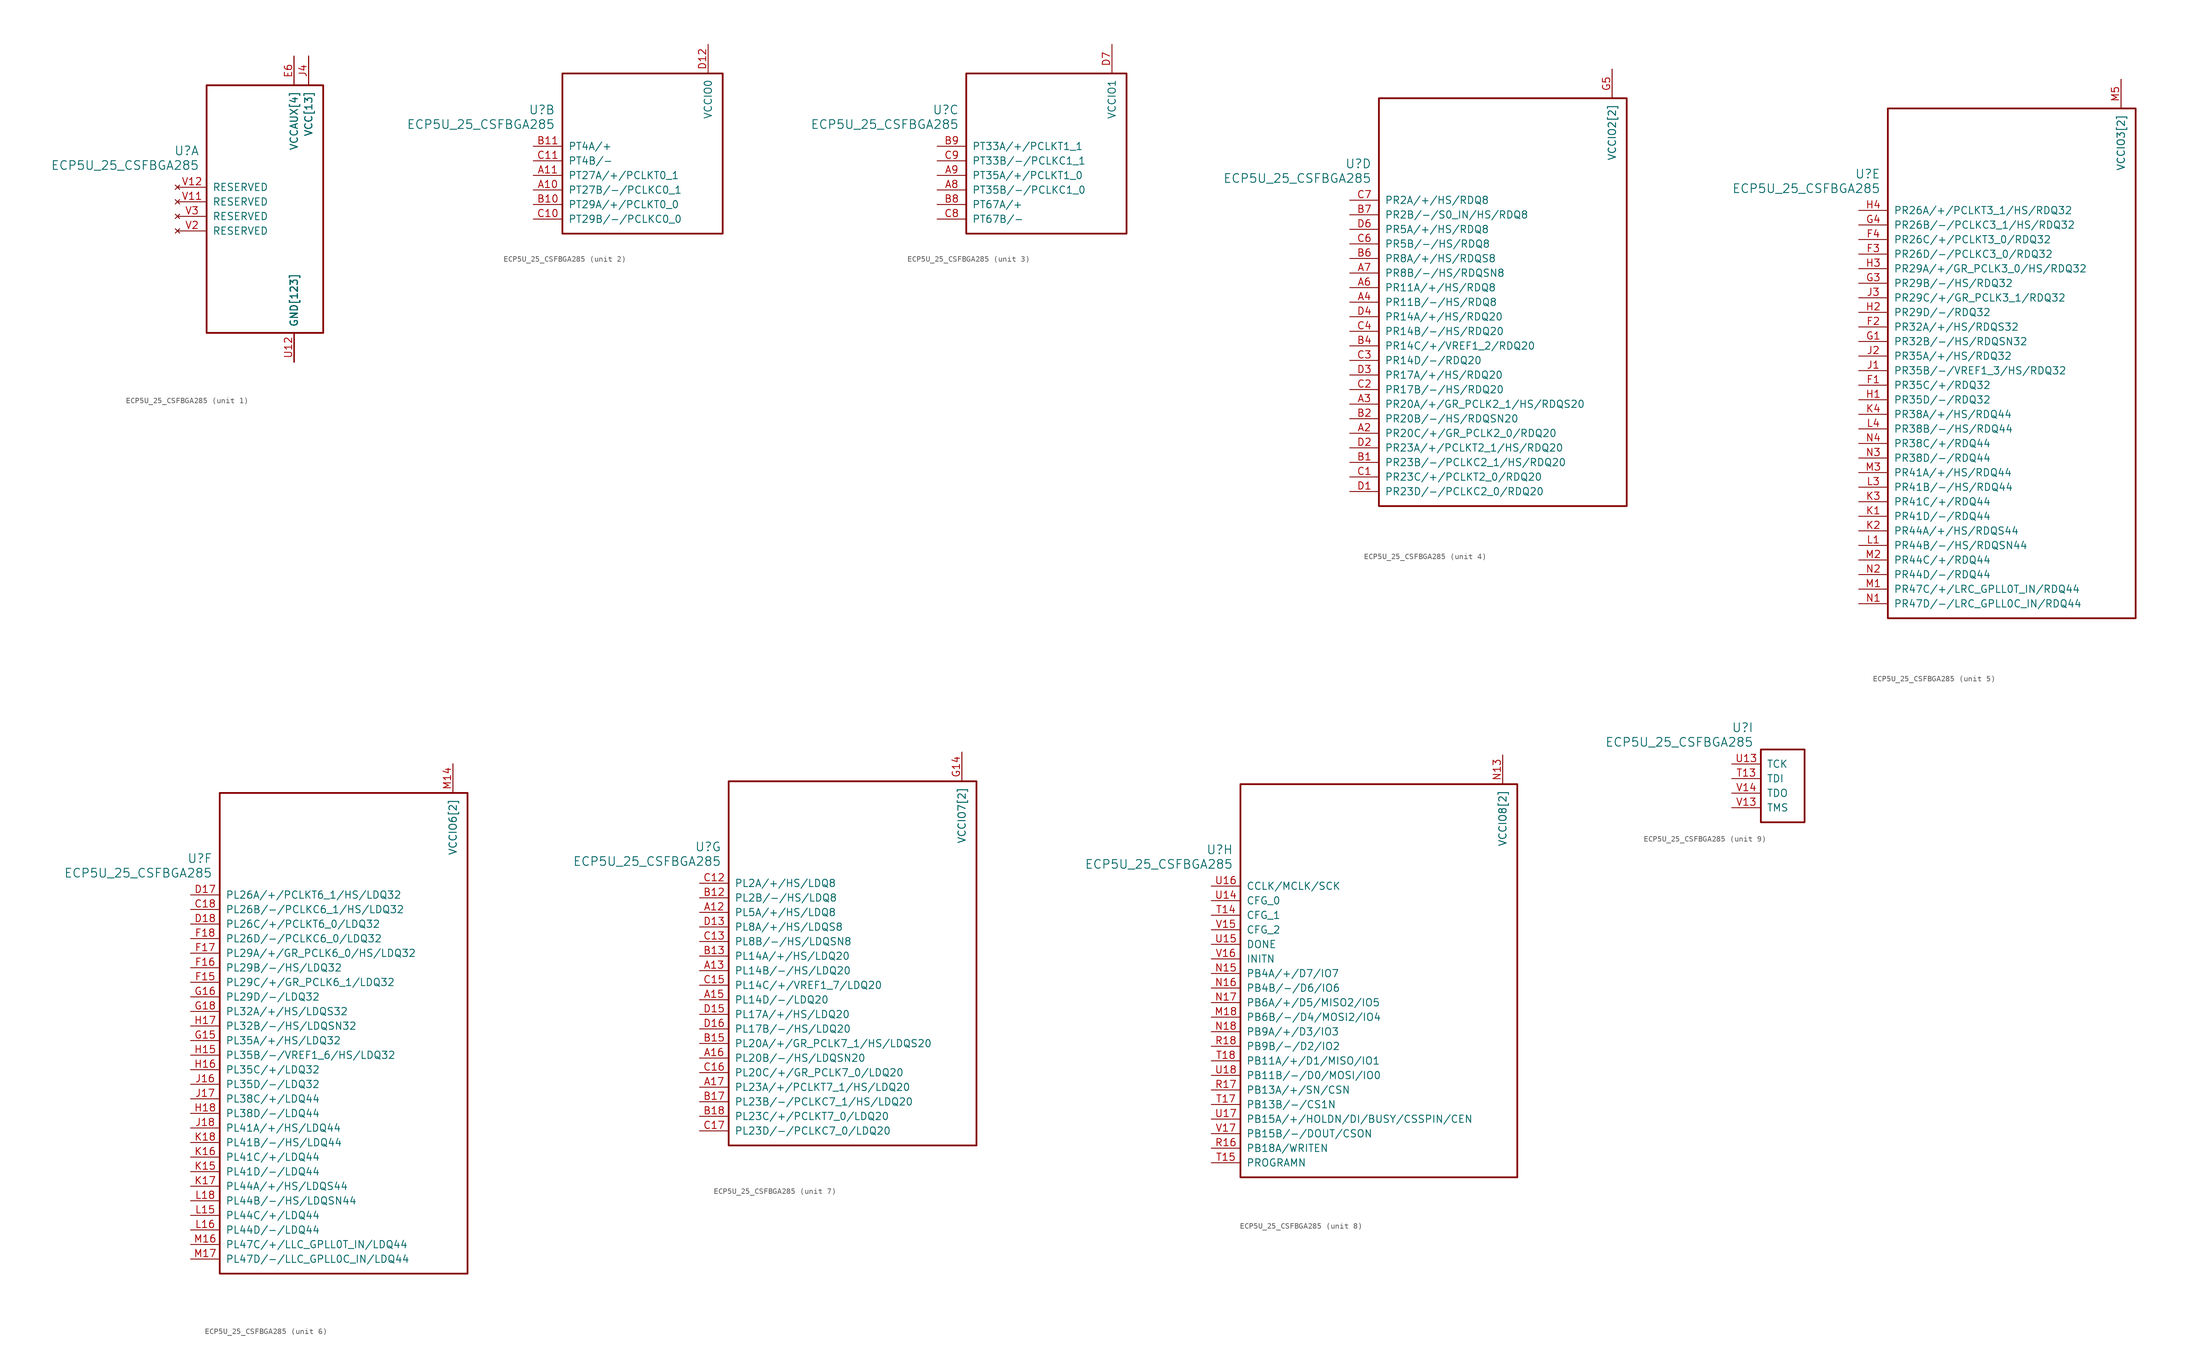
<source format=kicad_sym>
(kicad_symbol_lib
  (version 20241209)
  (generator "kicad_symbol_editor")
  (generator_version "9.0")
  (symbol "ECP5U_25_CSFBGA285"
    (pin_names
      (offset 1.016))
    (property "Reference" "U"
      (at 3.81 6.35 0)
      (effects (font (size 1.524 1.524)) (justify right)))
    (property "Value" "ECP5U_25_CSFBGA285"
      (at 3.81 3.81 0)
      (effects (font (size 1.524 1.524)) (justify right)))
    (property "ki_locked" ""
      (at 0 0 0)
      (effects (font (size 1.27 1.27))))
    (symbol "ECP5U_25_CSFBGA285_1_1"
      (rectangle (start 5.08 17.78) (end 25.4 -25.4) (stroke (width 0.305) (type solid)) (fill (type none)))
      (pin no_connect line (at 0 0 0) (length 5.08) (name "RESERVED" (effects (font (size 1.27 1.27)))) (number "V12" (effects (font (size 1.27 1.27)))))
      (pin no_connect line (at 0 -2.54 0) (length 5.08) (name "RESERVED" (effects (font (size 1.27 1.27)))) (number "V11" (effects (font (size 1.27 1.27)))))
      (pin no_connect line (at 0 -5.08 0) (length 5.08) (name "RESERVED" (effects (font (size 1.27 1.27)))) (number "V3" (effects (font (size 1.27 1.27)))))
      (pin no_connect line (at 0 -7.62 0) (length 5.08) (name "RESERVED" (effects (font (size 1.27 1.27)))) (number "V2" (effects (font (size 1.27 1.27)))))
      (pin power_in line (at 20.32 22.86 270) (length 5.08) (name "VCCAUX[4]" (effects (font (size 1.27 1.27)))) (number "E13" (effects (font (size 0 0)))))
      (pin power_in line (at 20.32 22.86 270) (length 5.08) (name "VCCAUX[4]" (effects (font (size 1.27 1.27)))) (number "E6" (effects (font (size 1.27 1.27)))))
      (pin power_in line (at 20.32 22.86 270) (length 5.08) (name "VCCAUX[4]" (effects (font (size 1.27 1.27)))) (number "N6" (effects (font (size 0 0)))))
      (pin power_in line (at 20.32 22.86 270) (length 5.08) (name "VCCAUX[4]" (effects (font (size 1.27 1.27)))) (number "P13" (effects (font (size 0 0)))))
      (pin power_in line (at 20.32 -30.48 90) (length 5.08) (name "GND[123]" (effects (font (size 1.27 1.27)))) (number "B16" (effects (font (size 0 0)))))
      (pin power_in line (at 20.32 -30.48 90) (length 5.08) (name "GND[123]" (effects (font (size 1.27 1.27)))) (number "B3" (effects (font (size 0 0)))))
      (pin power_in line (at 20.32 -30.48 90) (length 5.08) (name "GND[123]" (effects (font (size 1.27 1.27)))) (number "E10" (effects (font (size 0 0)))))
      (pin power_in line (at 20.32 -30.48 90) (length 5.08) (name "GND[123]" (effects (font (size 1.27 1.27)))) (number "E11" (effects (font (size 0 0)))))
      (pin power_in line (at 20.32 -30.48 90) (length 5.08) (name "GND[123]" (effects (font (size 1.27 1.27)))) (number "E12" (effects (font (size 0 0)))))
      (pin power_in line (at 20.32 -30.48 90) (length 5.08) (name "GND[123]" (effects (font (size 1.27 1.27)))) (number "E14" (effects (font (size 0 0)))))
      (pin power_in line (at 20.32 -30.48 90) (length 5.08) (name "GND[123]" (effects (font (size 1.27 1.27)))) (number "E5" (effects (font (size 0 0)))))
      (pin power_in line (at 20.32 -30.48 90) (length 5.08) (name "GND[123]" (effects (font (size 1.27 1.27)))) (number "E7" (effects (font (size 0 0)))))
      (pin power_in line (at 20.32 -30.48 90) (length 5.08) (name "GND[123]" (effects (font (size 1.27 1.27)))) (number "E8" (effects (font (size 0 0)))))
      (pin power_in line (at 20.32 -30.48 90) (length 5.08) (name "GND[123]" (effects (font (size 1.27 1.27)))) (number "E9" (effects (font (size 0 0)))))
      (pin power_in line (at 20.32 -30.48 90) (length 5.08) (name "GND[123]" (effects (font (size 1.27 1.27)))) (number "F10" (effects (font (size 0 0)))))
      (pin power_in line (at 20.32 -30.48 90) (length 5.08) (name "GND[123]" (effects (font (size 1.27 1.27)))) (number "F11" (effects (font (size 0 0)))))
      (pin power_in line (at 20.32 -30.48 90) (length 5.08) (name "GND[123]" (effects (font (size 1.27 1.27)))) (number "F12" (effects (font (size 0 0)))))
      (pin power_in line (at 20.32 -30.48 90) (length 5.08) (name "GND[123]" (effects (font (size 1.27 1.27)))) (number "F13" (effects (font (size 0 0)))))
      (pin power_in line (at 20.32 -30.48 90) (length 5.08) (name "GND[123]" (effects (font (size 1.27 1.27)))) (number "F14" (effects (font (size 0 0)))))
      (pin power_in line (at 20.32 -30.48 90) (length 5.08) (name "GND[123]" (effects (font (size 1.27 1.27)))) (number "F5" (effects (font (size 0 0)))))
      (pin power_in line (at 20.32 -30.48 90) (length 5.08) (name "GND[123]" (effects (font (size 1.27 1.27)))) (number "F6" (effects (font (size 0 0)))))
      (pin power_in line (at 20.32 -30.48 90) (length 5.08) (name "GND[123]" (effects (font (size 1.27 1.27)))) (number "F7" (effects (font (size 0 0)))))
      (pin power_in line (at 20.32 -30.48 90) (length 5.08) (name "GND[123]" (effects (font (size 1.27 1.27)))) (number "F8" (effects (font (size 0 0)))))
      (pin power_in line (at 20.32 -30.48 90) (length 5.08) (name "GND[123]" (effects (font (size 1.27 1.27)))) (number "F9" (effects (font (size 0 0)))))
      (pin power_in line (at 20.32 -30.48 90) (length 5.08) (name "GND[123]" (effects (font (size 1.27 1.27)))) (number "G10" (effects (font (size 0 0)))))
      (pin power_in line (at 20.32 -30.48 90) (length 5.08) (name "GND[123]" (effects (font (size 1.27 1.27)))) (number "G11" (effects (font (size 0 0)))))
      (pin power_in line (at 20.32 -30.48 90) (length 5.08) (name "GND[123]" (effects (font (size 1.27 1.27)))) (number "G12" (effects (font (size 0 0)))))
      (pin power_in line (at 20.32 -30.48 90) (length 5.08) (name "GND[123]" (effects (font (size 1.27 1.27)))) (number "G13" (effects (font (size 0 0)))))
      (pin power_in line (at 20.32 -30.48 90) (length 5.08) (name "GND[123]" (effects (font (size 1.27 1.27)))) (number "G17" (effects (font (size 0 0)))))
      (pin power_in line (at 20.32 -30.48 90) (length 5.08) (name "GND[123]" (effects (font (size 1.27 1.27)))) (number "G2" (effects (font (size 0 0)))))
      (pin power_in line (at 20.32 -30.48 90) (length 5.08) (name "GND[123]" (effects (font (size 1.27 1.27)))) (number "G6" (effects (font (size 0 0)))))
      (pin power_in line (at 20.32 -30.48 90) (length 5.08) (name "GND[123]" (effects (font (size 1.27 1.27)))) (number "G7" (effects (font (size 0 0)))))
      (pin power_in line (at 20.32 -30.48 90) (length 5.08) (name "GND[123]" (effects (font (size 1.27 1.27)))) (number "G8" (effects (font (size 0 0)))))
      (pin power_in line (at 20.32 -30.48 90) (length 5.08) (name "GND[123]" (effects (font (size 1.27 1.27)))) (number "G9" (effects (font (size 0 0)))))
      (pin power_in line (at 20.32 -30.48 90) (length 5.08) (name "GND[123]" (effects (font (size 1.27 1.27)))) (number "H10" (effects (font (size 0 0)))))
      (pin power_in line (at 20.32 -30.48 90) (length 5.08) (name "GND[123]" (effects (font (size 1.27 1.27)))) (number "H11" (effects (font (size 0 0)))))
      (pin power_in line (at 20.32 -30.48 90) (length 5.08) (name "GND[123]" (effects (font (size 1.27 1.27)))) (number "H12" (effects (font (size 0 0)))))
      (pin power_in line (at 20.32 -30.48 90) (length 5.08) (name "GND[123]" (effects (font (size 1.27 1.27)))) (number "H13" (effects (font (size 0 0)))))
      (pin power_in line (at 20.32 -30.48 90) (length 5.08) (name "GND[123]" (effects (font (size 1.27 1.27)))) (number "H6" (effects (font (size 0 0)))))
      (pin power_in line (at 20.32 -30.48 90) (length 5.08) (name "GND[123]" (effects (font (size 1.27 1.27)))) (number "H7" (effects (font (size 0 0)))))
      (pin power_in line (at 20.32 -30.48 90) (length 5.08) (name "GND[123]" (effects (font (size 1.27 1.27)))) (number "H8" (effects (font (size 0 0)))))
      (pin power_in line (at 20.32 -30.48 90) (length 5.08) (name "GND[123]" (effects (font (size 1.27 1.27)))) (number "H9" (effects (font (size 0 0)))))
      (pin power_in line (at 20.32 -30.48 90) (length 5.08) (name "GND[123]" (effects (font (size 1.27 1.27)))) (number "J10" (effects (font (size 0 0)))))
      (pin power_in line (at 20.32 -30.48 90) (length 5.08) (name "GND[123]" (effects (font (size 1.27 1.27)))) (number "J11" (effects (font (size 0 0)))))
      (pin power_in line (at 20.32 -30.48 90) (length 5.08) (name "GND[123]" (effects (font (size 1.27 1.27)))) (number "J12" (effects (font (size 0 0)))))
      (pin power_in line (at 20.32 -30.48 90) (length 5.08) (name "GND[123]" (effects (font (size 1.27 1.27)))) (number "J13" (effects (font (size 0 0)))))
      (pin power_in line (at 20.32 -30.48 90) (length 5.08) (name "GND[123]" (effects (font (size 1.27 1.27)))) (number "J6" (effects (font (size 0 0)))))
      (pin power_in line (at 20.32 -30.48 90) (length 5.08) (name "GND[123]" (effects (font (size 1.27 1.27)))) (number "J7" (effects (font (size 0 0)))))
      (pin power_in line (at 20.32 -30.48 90) (length 5.08) (name "GND[123]" (effects (font (size 1.27 1.27)))) (number "J8" (effects (font (size 0 0)))))
      (pin power_in line (at 20.32 -30.48 90) (length 5.08) (name "GND[123]" (effects (font (size 1.27 1.27)))) (number "J9" (effects (font (size 0 0)))))
      (pin power_in line (at 20.32 -30.48 90) (length 5.08) (name "GND[123]" (effects (font (size 1.27 1.27)))) (number "K10" (effects (font (size 0 0)))))
      (pin power_in line (at 20.32 -30.48 90) (length 5.08) (name "GND[123]" (effects (font (size 1.27 1.27)))) (number "K11" (effects (font (size 0 0)))))
      (pin power_in line (at 20.32 -30.48 90) (length 5.08) (name "GND[123]" (effects (font (size 1.27 1.27)))) (number "K12" (effects (font (size 0 0)))))
      (pin power_in line (at 20.32 -30.48 90) (length 5.08) (name "GND[123]" (effects (font (size 1.27 1.27)))) (number "K13" (effects (font (size 0 0)))))
      (pin power_in line (at 20.32 -30.48 90) (length 5.08) (name "GND[123]" (effects (font (size 1.27 1.27)))) (number "K14" (effects (font (size 0 0)))))
      (pin power_in line (at 20.32 -30.48 90) (length 5.08) (name "GND[123]" (effects (font (size 1.27 1.27)))) (number "K5" (effects (font (size 0 0)))))
      (pin power_in line (at 20.32 -30.48 90) (length 5.08) (name "GND[123]" (effects (font (size 1.27 1.27)))) (number "K6" (effects (font (size 0 0)))))
      (pin power_in line (at 20.32 -30.48 90) (length 5.08) (name "GND[123]" (effects (font (size 1.27 1.27)))) (number "K7" (effects (font (size 0 0)))))
      (pin power_in line (at 20.32 -30.48 90) (length 5.08) (name "GND[123]" (effects (font (size 1.27 1.27)))) (number "K8" (effects (font (size 0 0)))))
      (pin power_in line (at 20.32 -30.48 90) (length 5.08) (name "GND[123]" (effects (font (size 1.27 1.27)))) (number "K9" (effects (font (size 0 0)))))
      (pin power_in line (at 20.32 -30.48 90) (length 5.08) (name "GND[123]" (effects (font (size 1.27 1.27)))) (number "L10" (effects (font (size 0 0)))))
      (pin power_in line (at 20.32 -30.48 90) (length 5.08) (name "GND[123]" (effects (font (size 1.27 1.27)))) (number "L11" (effects (font (size 0 0)))))
      (pin power_in line (at 20.32 -30.48 90) (length 5.08) (name "GND[123]" (effects (font (size 1.27 1.27)))) (number "L12" (effects (font (size 0 0)))))
      (pin power_in line (at 20.32 -30.48 90) (length 5.08) (name "GND[123]" (effects (font (size 1.27 1.27)))) (number "L13" (effects (font (size 0 0)))))
      (pin power_in line (at 20.32 -30.48 90) (length 5.08) (name "GND[123]" (effects (font (size 1.27 1.27)))) (number "L14" (effects (font (size 0 0)))))
      (pin power_in line (at 20.32 -30.48 90) (length 5.08) (name "GND[123]" (effects (font (size 1.27 1.27)))) (number "L17" (effects (font (size 0 0)))))
      (pin power_in line (at 20.32 -30.48 90) (length 5.08) (name "GND[123]" (effects (font (size 1.27 1.27)))) (number "L2" (effects (font (size 0 0)))))
      (pin power_in line (at 20.32 -30.48 90) (length 5.08) (name "GND[123]" (effects (font (size 1.27 1.27)))) (number "L5" (effects (font (size 0 0)))))
      (pin power_in line (at 20.32 -30.48 90) (length 5.08) (name "GND[123]" (effects (font (size 1.27 1.27)))) (number "L6" (effects (font (size 0 0)))))
      (pin power_in line (at 20.32 -30.48 90) (length 5.08) (name "GND[123]" (effects (font (size 1.27 1.27)))) (number "L7" (effects (font (size 0 0)))))
      (pin power_in line (at 20.32 -30.48 90) (length 5.08) (name "GND[123]" (effects (font (size 1.27 1.27)))) (number "L8" (effects (font (size 0 0)))))
      (pin power_in line (at 20.32 -30.48 90) (length 5.08) (name "GND[123]" (effects (font (size 1.27 1.27)))) (number "L9" (effects (font (size 0 0)))))
      (pin power_in line (at 20.32 -30.48 90) (length 5.08) (name "GND[123]" (effects (font (size 1.27 1.27)))) (number "M10" (effects (font (size 0 0)))))
      (pin power_in line (at 20.32 -30.48 90) (length 5.08) (name "GND[123]" (effects (font (size 1.27 1.27)))) (number "M11" (effects (font (size 0 0)))))
      (pin power_in line (at 20.32 -30.48 90) (length 5.08) (name "GND[123]" (effects (font (size 1.27 1.27)))) (number "M12" (effects (font (size 0 0)))))
      (pin power_in line (at 20.32 -30.48 90) (length 5.08) (name "GND[123]" (effects (font (size 1.27 1.27)))) (number "M13" (effects (font (size 0 0)))))
      (pin power_in line (at 20.32 -30.48 90) (length 5.08) (name "GND[123]" (effects (font (size 1.27 1.27)))) (number "M6" (effects (font (size 0 0)))))
      (pin power_in line (at 20.32 -30.48 90) (length 5.08) (name "GND[123]" (effects (font (size 1.27 1.27)))) (number "M7" (effects (font (size 0 0)))))
      (pin power_in line (at 20.32 -30.48 90) (length 5.08) (name "GND[123]" (effects (font (size 1.27 1.27)))) (number "M8" (effects (font (size 0 0)))))
      (pin power_in line (at 20.32 -30.48 90) (length 5.08) (name "GND[123]" (effects (font (size 1.27 1.27)))) (number "M9" (effects (font (size 0 0)))))
      (pin power_in line (at 20.32 -30.48 90) (length 5.08) (name "GND[123]" (effects (font (size 1.27 1.27)))) (number "N10" (effects (font (size 0 0)))))
      (pin power_in line (at 20.32 -30.48 90) (length 5.08) (name "GND[123]" (effects (font (size 1.27 1.27)))) (number "N11" (effects (font (size 0 0)))))
      (pin power_in line (at 20.32 -30.48 90) (length 5.08) (name "GND[123]" (effects (font (size 1.27 1.27)))) (number "N12" (effects (font (size 0 0)))))
      (pin power_in line (at 20.32 -30.48 90) (length 5.08) (name "GND[123]" (effects (font (size 1.27 1.27)))) (number "N7" (effects (font (size 0 0)))))
      (pin power_in line (at 20.32 -30.48 90) (length 5.08) (name "GND[123]" (effects (font (size 1.27 1.27)))) (number "N8" (effects (font (size 0 0)))))
      (pin power_in line (at 20.32 -30.48 90) (length 5.08) (name "GND[123]" (effects (font (size 1.27 1.27)))) (number "N9" (effects (font (size 0 0)))))
      (pin power_in line (at 20.32 -30.48 90) (length 5.08) (name "GND[123]" (effects (font (size 1.27 1.27)))) (number "P10" (effects (font (size 0 0)))))
      (pin power_in line (at 20.32 -30.48 90) (length 5.08) (name "GND[123]" (effects (font (size 1.27 1.27)))) (number "P12" (effects (font (size 0 0)))))
      (pin power_in line (at 20.32 -30.48 90) (length 5.08) (name "GND[123]" (effects (font (size 1.27 1.27)))) (number "P5" (effects (font (size 0 0)))))
      (pin power_in line (at 20.32 -30.48 90) (length 5.08) (name "GND[123]" (effects (font (size 1.27 1.27)))) (number "P6" (effects (font (size 0 0)))))
      (pin power_in line (at 20.32 -30.48 90) (length 5.08) (name "GND[123]" (effects (font (size 1.27 1.27)))) (number "P8" (effects (font (size 0 0)))))
      (pin power_in line (at 20.32 -30.48 90) (length 5.08) (name "GND[123]" (effects (font (size 1.27 1.27)))) (number "R1" (effects (font (size 0 0)))))
      (pin power_in line (at 20.32 -30.48 90) (length 5.08) (name "GND[123]" (effects (font (size 1.27 1.27)))) (number "R10" (effects (font (size 0 0)))))
      (pin power_in line (at 20.32 -30.48 90) (length 5.08) (name "GND[123]" (effects (font (size 1.27 1.27)))) (number "R2" (effects (font (size 0 0)))))
      (pin power_in line (at 20.32 -30.48 90) (length 5.08) (name "GND[123]" (effects (font (size 1.27 1.27)))) (number "R3" (effects (font (size 0 0)))))
      (pin power_in line (at 20.32 -30.48 90) (length 5.08) (name "GND[123]" (effects (font (size 1.27 1.27)))) (number "T1" (effects (font (size 0 0)))))
      (pin power_in line (at 20.32 -30.48 90) (length 5.08) (name "GND[123]" (effects (font (size 1.27 1.27)))) (number "T10" (effects (font (size 0 0)))))
      (pin power_in line (at 20.32 -30.48 90) (length 5.08) (name "GND[123]" (effects (font (size 1.27 1.27)))) (number "T11" (effects (font (size 0 0)))))
      (pin power_in line (at 20.32 -30.48 90) (length 5.08) (name "GND[123]" (effects (font (size 1.27 1.27)))) (number "T12" (effects (font (size 0 0)))))
      (pin power_in line (at 20.32 -30.48 90) (length 5.08) (name "GND[123]" (effects (font (size 1.27 1.27)))) (number "T16" (effects (font (size 0 0)))))
      (pin power_in line (at 20.32 -30.48 90) (length 5.08) (name "GND[123]" (effects (font (size 1.27 1.27)))) (number "T2" (effects (font (size 0 0)))))
      (pin power_in line (at 20.32 -30.48 90) (length 5.08) (name "GND[123]" (effects (font (size 1.27 1.27)))) (number "T3" (effects (font (size 0 0)))))
      (pin power_in line (at 20.32 -30.48 90) (length 5.08) (name "GND[123]" (effects (font (size 1.27 1.27)))) (number "T4" (effects (font (size 0 0)))))
      (pin power_in line (at 20.32 -30.48 90) (length 5.08) (name "GND[123]" (effects (font (size 1.27 1.27)))) (number "T5" (effects (font (size 0 0)))))
      (pin power_in line (at 20.32 -30.48 90) (length 5.08) (name "GND[123]" (effects (font (size 1.27 1.27)))) (number "T6" (effects (font (size 0 0)))))
      (pin power_in line (at 20.32 -30.48 90) (length 5.08) (name "GND[123]" (effects (font (size 1.27 1.27)))) (number "T7" (effects (font (size 0 0)))))
      (pin power_in line (at 20.32 -30.48 90) (length 5.08) (name "GND[123]" (effects (font (size 1.27 1.27)))) (number "T8" (effects (font (size 0 0)))))
      (pin power_in line (at 20.32 -30.48 90) (length 5.08) (name "GND[123]" (effects (font (size 1.27 1.27)))) (number "T9" (effects (font (size 0 0)))))
      (pin power_in line (at 20.32 -30.48 90) (length 5.08) (name "GND[123]" (effects (font (size 1.27 1.27)))) (number "U1" (effects (font (size 0 0)))))
      (pin power_in line (at 20.32 -30.48 90) (length 5.08) (name "GND[123]" (effects (font (size 1.27 1.27)))) (number "U10" (effects (font (size 0 0)))))
      (pin power_in line (at 20.32 -30.48 90) (length 5.08) (name "GND[123]" (effects (font (size 1.27 1.27)))) (number "U11" (effects (font (size 0 0)))))
      (pin power_in line (at 20.32 -30.48 90) (length 5.08) (name "GND[123]" (effects (font (size 1.27 1.27)))) (number "U12" (effects (font (size 1.27 1.27)))))
      (pin power_in line (at 20.32 -30.48 90) (length 5.08) (name "GND[123]" (effects (font (size 1.27 1.27)))) (number "U2" (effects (font (size 0 0)))))
      (pin power_in line (at 20.32 -30.48 90) (length 5.08) (name "GND[123]" (effects (font (size 1.27 1.27)))) (number "U3" (effects (font (size 0 0)))))
      (pin power_in line (at 20.32 -30.48 90) (length 5.08) (name "GND[123]" (effects (font (size 1.27 1.27)))) (number "U4" (effects (font (size 0 0)))))
      (pin power_in line (at 20.32 -30.48 90) (length 5.08) (name "GND[123]" (effects (font (size 1.27 1.27)))) (number "U5" (effects (font (size 0 0)))))
      (pin power_in line (at 20.32 -30.48 90) (length 5.08) (name "GND[123]" (effects (font (size 1.27 1.27)))) (number "U6" (effects (font (size 0 0)))))
      (pin power_in line (at 20.32 -30.48 90) (length 5.08) (name "GND[123]" (effects (font (size 1.27 1.27)))) (number "U7" (effects (font (size 0 0)))))
      (pin power_in line (at 20.32 -30.48 90) (length 5.08) (name "GND[123]" (effects (font (size 1.27 1.27)))) (number "U8" (effects (font (size 0 0)))))
      (pin power_in line (at 20.32 -30.48 90) (length 5.08) (name "GND[123]" (effects (font (size 1.27 1.27)))) (number "U9" (effects (font (size 0 0)))))
      (pin power_in line (at 20.32 -30.48 90) (length 5.08) (name "GND[123]" (effects (font (size 1.27 1.27)))) (number "V10" (effects (font (size 0 0)))))
      (pin power_in line (at 20.32 -30.48 90) (length 5.08) (name "GND[123]" (effects (font (size 1.27 1.27)))) (number "V4" (effects (font (size 0 0)))))
      (pin power_in line (at 20.32 -30.48 90) (length 5.08) (name "GND[123]" (effects (font (size 1.27 1.27)))) (number "V5" (effects (font (size 0 0)))))
      (pin power_in line (at 20.32 -30.48 90) (length 5.08) (name "GND[123]" (effects (font (size 1.27 1.27)))) (number "V6" (effects (font (size 0 0)))))
      (pin power_in line (at 20.32 -30.48 90) (length 5.08) (name "GND[123]" (effects (font (size 1.27 1.27)))) (number "V7" (effects (font (size 0 0)))))
      (pin power_in line (at 20.32 -30.48 90) (length 5.08) (name "GND[123]" (effects (font (size 1.27 1.27)))) (number "V8" (effects (font (size 0 0)))))
      (pin power_in line (at 20.32 -30.48 90) (length 5.08) (name "GND[123]" (effects (font (size 1.27 1.27)))) (number "V9" (effects (font (size 0 0)))))
      (pin power_in line (at 22.86 22.86 270) (length 5.08) (name "VCC[13]" (effects (font (size 1.27 1.27)))) (number "D10" (effects (font (size 0 0)))))
      (pin power_in line (at 22.86 22.86 270) (length 5.08) (name "VCC[13]" (effects (font (size 1.27 1.27)))) (number "D11" (effects (font (size 0 0)))))
      (pin power_in line (at 22.86 22.86 270) (length 5.08) (name "VCC[13]" (effects (font (size 1.27 1.27)))) (number "D8" (effects (font (size 0 0)))))
      (pin power_in line (at 22.86 22.86 270) (length 5.08) (name "VCC[13]" (effects (font (size 1.27 1.27)))) (number "D9" (effects (font (size 0 0)))))
      (pin power_in line (at 22.86 22.86 270) (length 5.08) (name "VCC[13]" (effects (font (size 1.27 1.27)))) (number "J14" (effects (font (size 0 0)))))
      (pin power_in line (at 22.86 22.86 270) (length 5.08) (name "VCC[13]" (effects (font (size 1.27 1.27)))) (number "J15" (effects (font (size 0 0)))))
      (pin power_in line (at 22.86 22.86 270) (length 5.08) (name "VCC[13]" (effects (font (size 1.27 1.27)))) (number "J4" (effects (font (size 1.27 1.27)))))
      (pin power_in line (at 22.86 22.86 270) (length 5.08) (name "VCC[13]" (effects (font (size 1.27 1.27)))) (number "J5" (effects (font (size 0 0)))))
      (pin power_in line (at 22.86 22.86 270) (length 5.08) (name "VCC[13]" (effects (font (size 1.27 1.27)))) (number "M15" (effects (font (size 0 0)))))
      (pin power_in line (at 22.86 22.86 270) (length 5.08) (name "VCC[13]" (effects (font (size 1.27 1.27)))) (number "M4" (effects (font (size 0 0)))))
      (pin power_in line (at 22.86 22.86 270) (length 5.08) (name "VCC[13]" (effects (font (size 1.27 1.27)))) (number "P11" (effects (font (size 0 0)))))
      (pin power_in line (at 22.86 22.86 270) (length 5.08) (name "VCC[13]" (effects (font (size 1.27 1.27)))) (number "P7" (effects (font (size 0 0)))))
      (pin power_in line (at 22.86 22.86 270) (length 5.08) (name "VCC[13]" (effects (font (size 1.27 1.27)))) (number "P9" (effects (font (size 0 0))))))
    (symbol "ECP5U_25_CSFBGA285_2_1"
      (rectangle (start 5.08 12.7) (end 33.02 -15.24) (stroke (width 0.305) (type solid)) (fill (type none)))
      (pin bidirectional line (at 0 0 0) (length 5.08) (name "PT4A/+" (effects (font (size 1.27 1.27)))) (number "B11" (effects (font (size 1.27 1.27)))))
      (pin bidirectional line (at 0 -2.54 0) (length 5.08) (name "PT4B/-" (effects (font (size 1.27 1.27)))) (number "C11" (effects (font (size 1.27 1.27)))))
      (pin bidirectional line (at 0 -5.08 0) (length 5.08) (name "PT27A/+/PCLKT0_1" (effects (font (size 1.27 1.27)))) (number "A11" (effects (font (size 1.27 1.27)))))
      (pin bidirectional line (at 0 -7.62 0) (length 5.08) (name "PT27B/-/PCLKC0_1" (effects (font (size 1.27 1.27)))) (number "A10" (effects (font (size 1.27 1.27)))))
      (pin bidirectional line (at 0 -10.16 0) (length 5.08) (name "PT29A/+/PCLKT0_0" (effects (font (size 1.27 1.27)))) (number "B10" (effects (font (size 1.27 1.27)))))
      (pin bidirectional line (at 0 -12.7 0) (length 5.08) (name "PT29B/-/PCLKC0_0" (effects (font (size 1.27 1.27)))) (number "C10" (effects (font (size 1.27 1.27)))))
      (pin power_in line (at 30.48 17.78 270) (length 5.08) (name "VCCIO0" (effects (font (size 1.27 1.27)))) (number "D12" (effects (font (size 1.27 1.27))))))
    (symbol "ECP5U_25_CSFBGA285_3_1"
      (rectangle (start 5.08 12.7) (end 33.02 -15.24) (stroke (width 0.305) (type solid)) (fill (type none)))
      (pin bidirectional line (at 0 0 0) (length 5.08) (name "PT33A/+/PCLKT1_1" (effects (font (size 1.27 1.27)))) (number "B9" (effects (font (size 1.27 1.27)))))
      (pin bidirectional line (at 0 -2.54 0) (length 5.08) (name "PT33B/-/PCLKC1_1" (effects (font (size 1.27 1.27)))) (number "C9" (effects (font (size 1.27 1.27)))))
      (pin bidirectional line (at 0 -5.08 0) (length 5.08) (name "PT35A/+/PCLKT1_0" (effects (font (size 1.27 1.27)))) (number "A9" (effects (font (size 1.27 1.27)))))
      (pin bidirectional line (at 0 -7.62 0) (length 5.08) (name "PT35B/-/PCLKC1_0" (effects (font (size 1.27 1.27)))) (number "A8" (effects (font (size 1.27 1.27)))))
      (pin bidirectional line (at 0 -10.16 0) (length 5.08) (name "PT67A/+" (effects (font (size 1.27 1.27)))) (number "B8" (effects (font (size 1.27 1.27)))))
      (pin bidirectional line (at 0 -12.7 0) (length 5.08) (name "PT67B/-" (effects (font (size 1.27 1.27)))) (number "C8" (effects (font (size 1.27 1.27)))))
      (pin power_in line (at 30.48 17.78 270) (length 5.08) (name "VCCIO1" (effects (font (size 1.27 1.27)))) (number "D7" (effects (font (size 1.27 1.27))))))
    (symbol "ECP5U_25_CSFBGA285_4_1"
      (rectangle (start 5.08 17.78) (end 48.26 -53.34) (stroke (width 0.305) (type solid)) (fill (type none)))
      (pin bidirectional line (at 0 0 0) (length 5.08) (name "PR2A/+/HS/RDQ8" (effects (font (size 1.27 1.27)))) (number "C7" (effects (font (size 1.27 1.27)))))
      (pin bidirectional line (at 0 -2.54 0) (length 5.08) (name "PR2B/-/S0_IN/HS/RDQ8" (effects (font (size 1.27 1.27)))) (number "B7" (effects (font (size 1.27 1.27)))))
      (pin bidirectional line (at 0 -5.08 0) (length 5.08) (name "PR5A/+/HS/RDQ8" (effects (font (size 1.27 1.27)))) (number "D6" (effects (font (size 1.27 1.27)))))
      (pin bidirectional line (at 0 -7.62 0) (length 5.08) (name "PR5B/-/HS/RDQ8" (effects (font (size 1.27 1.27)))) (number "C6" (effects (font (size 1.27 1.27)))))
      (pin bidirectional line (at 0 -10.16 0) (length 5.08) (name "PR8A/+/HS/RDQS8" (effects (font (size 1.27 1.27)))) (number "B6" (effects (font (size 1.27 1.27)))))
      (pin bidirectional line (at 0 -12.7 0) (length 5.08) (name "PR8B/-/HS/RDQSN8" (effects (font (size 1.27 1.27)))) (number "A7" (effects (font (size 1.27 1.27)))))
      (pin bidirectional line (at 0 -15.24 0) (length 5.08) (name "PR11A/+/HS/RDQ8" (effects (font (size 1.27 1.27)))) (number "A6" (effects (font (size 1.27 1.27)))))
      (pin bidirectional line (at 0 -17.78 0) (length 5.08) (name "PR11B/-/HS/RDQ8" (effects (font (size 1.27 1.27)))) (number "A4" (effects (font (size 1.27 1.27)))))
      (pin bidirectional line (at 0 -20.32 0) (length 5.08) (name "PR14A/+/HS/RDQ20" (effects (font (size 1.27 1.27)))) (number "D4" (effects (font (size 1.27 1.27)))))
      (pin bidirectional line (at 0 -22.86 0) (length 5.08) (name "PR14B/-/HS/RDQ20" (effects (font (size 1.27 1.27)))) (number "C4" (effects (font (size 1.27 1.27)))))
      (pin bidirectional line (at 0 -25.4 0) (length 5.08) (name "PR14C/+/VREF1_2/RDQ20" (effects (font (size 1.27 1.27)))) (number "B4" (effects (font (size 1.27 1.27)))))
      (pin bidirectional line (at 0 -27.94 0) (length 5.08) (name "PR14D/-/RDQ20" (effects (font (size 1.27 1.27)))) (number "C3" (effects (font (size 1.27 1.27)))))
      (pin bidirectional line (at 0 -30.48 0) (length 5.08) (name "PR17A/+/HS/RDQ20" (effects (font (size 1.27 1.27)))) (number "D3" (effects (font (size 1.27 1.27)))))
      (pin bidirectional line (at 0 -33.02 0) (length 5.08) (name "PR17B/-/HS/RDQ20" (effects (font (size 1.27 1.27)))) (number "C2" (effects (font (size 1.27 1.27)))))
      (pin bidirectional line (at 0 -35.56 0) (length 5.08) (name "PR20A/+/GR_PCLK2_1/HS/RDQS20" (effects (font (size 1.27 1.27)))) (number "A3" (effects (font (size 1.27 1.27)))))
      (pin bidirectional line (at 0 -38.1 0) (length 5.08) (name "PR20B/-/HS/RDQSN20" (effects (font (size 1.27 1.27)))) (number "B2" (effects (font (size 1.27 1.27)))))
      (pin bidirectional line (at 0 -40.64 0) (length 5.08) (name "PR20C/+/GR_PCLK2_0/RDQ20" (effects (font (size 1.27 1.27)))) (number "A2" (effects (font (size 1.27 1.27)))))
      (pin bidirectional line (at 0 -43.18 0) (length 5.08) (name "PR23A/+/PCLKT2_1/HS/RDQ20" (effects (font (size 1.27 1.27)))) (number "D2" (effects (font (size 1.27 1.27)))))
      (pin bidirectional line (at 0 -45.72 0) (length 5.08) (name "PR23B/-/PCLKC2_1/HS/RDQ20" (effects (font (size 1.27 1.27)))) (number "B1" (effects (font (size 1.27 1.27)))))
      (pin bidirectional line (at 0 -48.26 0) (length 5.08) (name "PR23C/+/PCLKT2_0/RDQ20" (effects (font (size 1.27 1.27)))) (number "C1" (effects (font (size 1.27 1.27)))))
      (pin bidirectional line (at 0 -50.8 0) (length 5.08) (name "PR23D/-/PCLKC2_0/RDQ20" (effects (font (size 1.27 1.27)))) (number "D1" (effects (font (size 1.27 1.27)))))
      (pin power_in line (at 45.72 22.86 270) (length 5.08) (name "VCCIO2[2]" (effects (font (size 1.27 1.27)))) (number "G5" (effects (font (size 1.27 1.27)))))
      (pin power_in line (at 45.72 22.86 270) (length 5.08) (name "VCCIO2[2]" (effects (font (size 1.27 1.27)))) (number "H5" (effects (font (size 0 0))))))
    (symbol "ECP5U_25_CSFBGA285_5_1"
      (rectangle (start 5.08 17.78) (end 48.26 -71.12) (stroke (width 0.305) (type solid)) (fill (type none)))
      (pin bidirectional line (at 0 0 0) (length 5.08) (name "PR26A/+/PCLKT3_1/HS/RDQ32" (effects (font (size 1.27 1.27)))) (number "H4" (effects (font (size 1.27 1.27)))))
      (pin bidirectional line (at 0 -2.54 0) (length 5.08) (name "PR26B/-/PCLKC3_1/HS/RDQ32" (effects (font (size 1.27 1.27)))) (number "G4" (effects (font (size 1.27 1.27)))))
      (pin bidirectional line (at 0 -5.08 0) (length 5.08) (name "PR26C/+/PCLKT3_0/RDQ32" (effects (font (size 1.27 1.27)))) (number "F4" (effects (font (size 1.27 1.27)))))
      (pin bidirectional line (at 0 -7.62 0) (length 5.08) (name "PR26D/-/PCLKC3_0/RDQ32" (effects (font (size 1.27 1.27)))) (number "F3" (effects (font (size 1.27 1.27)))))
      (pin bidirectional line (at 0 -10.16 0) (length 5.08) (name "PR29A/+/GR_PCLK3_0/HS/RDQ32" (effects (font (size 1.27 1.27)))) (number "H3" (effects (font (size 1.27 1.27)))))
      (pin bidirectional line (at 0 -12.7 0) (length 5.08) (name "PR29B/-/HS/RDQ32" (effects (font (size 1.27 1.27)))) (number "G3" (effects (font (size 1.27 1.27)))))
      (pin bidirectional line (at 0 -15.24 0) (length 5.08) (name "PR29C/+/GR_PCLK3_1/RDQ32" (effects (font (size 1.27 1.27)))) (number "J3" (effects (font (size 1.27 1.27)))))
      (pin bidirectional line (at 0 -17.78 0) (length 5.08) (name "PR29D/-/RDQ32" (effects (font (size 1.27 1.27)))) (number "H2" (effects (font (size 1.27 1.27)))))
      (pin bidirectional line (at 0 -20.32 0) (length 5.08) (name "PR32A/+/HS/RDQS32" (effects (font (size 1.27 1.27)))) (number "F2" (effects (font (size 1.27 1.27)))))
      (pin bidirectional line (at 0 -22.86 0) (length 5.08) (name "PR32B/-/HS/RDQSN32" (effects (font (size 1.27 1.27)))) (number "G1" (effects (font (size 1.27 1.27)))))
      (pin bidirectional line (at 0 -25.4 0) (length 5.08) (name "PR35A/+/HS/RDQ32" (effects (font (size 1.27 1.27)))) (number "J2" (effects (font (size 1.27 1.27)))))
      (pin bidirectional line (at 0 -27.94 0) (length 5.08) (name "PR35B/-/VREF1_3/HS/RDQ32" (effects (font (size 1.27 1.27)))) (number "J1" (effects (font (size 1.27 1.27)))))
      (pin bidirectional line (at 0 -30.48 0) (length 5.08) (name "PR35C/+/RDQ32" (effects (font (size 1.27 1.27)))) (number "F1" (effects (font (size 1.27 1.27)))))
      (pin bidirectional line (at 0 -33.02 0) (length 5.08) (name "PR35D/-/RDQ32" (effects (font (size 1.27 1.27)))) (number "H1" (effects (font (size 1.27 1.27)))))
      (pin bidirectional line (at 0 -35.56 0) (length 5.08) (name "PR38A/+/HS/RDQ44" (effects (font (size 1.27 1.27)))) (number "K4" (effects (font (size 1.27 1.27)))))
      (pin bidirectional line (at 0 -38.1 0) (length 5.08) (name "PR38B/-/HS/RDQ44" (effects (font (size 1.27 1.27)))) (number "L4" (effects (font (size 1.27 1.27)))))
      (pin bidirectional line (at 0 -40.64 0) (length 5.08) (name "PR38C/+/RDQ44" (effects (font (size 1.27 1.27)))) (number "N4" (effects (font (size 1.27 1.27)))))
      (pin bidirectional line (at 0 -43.18 0) (length 5.08) (name "PR38D/-/RDQ44" (effects (font (size 1.27 1.27)))) (number "N3" (effects (font (size 1.27 1.27)))))
      (pin bidirectional line (at 0 -45.72 0) (length 5.08) (name "PR41A/+/HS/RDQ44" (effects (font (size 1.27 1.27)))) (number "M3" (effects (font (size 1.27 1.27)))))
      (pin bidirectional line (at 0 -48.26 0) (length 5.08) (name "PR41B/-/HS/RDQ44" (effects (font (size 1.27 1.27)))) (number "L3" (effects (font (size 1.27 1.27)))))
      (pin bidirectional line (at 0 -50.8 0) (length 5.08) (name "PR41C/+/RDQ44" (effects (font (size 1.27 1.27)))) (number "K3" (effects (font (size 1.27 1.27)))))
      (pin bidirectional line (at 0 -53.34 0) (length 5.08) (name "PR41D/-/RDQ44" (effects (font (size 1.27 1.27)))) (number "K1" (effects (font (size 1.27 1.27)))))
      (pin bidirectional line (at 0 -55.88 0) (length 5.08) (name "PR44A/+/HS/RDQS44" (effects (font (size 1.27 1.27)))) (number "K2" (effects (font (size 1.27 1.27)))))
      (pin bidirectional line (at 0 -58.42 0) (length 5.08) (name "PR44B/-/HS/RDQSN44" (effects (font (size 1.27 1.27)))) (number "L1" (effects (font (size 1.27 1.27)))))
      (pin bidirectional line (at 0 -60.96 0) (length 5.08) (name "PR44C/+/RDQ44" (effects (font (size 1.27 1.27)))) (number "M2" (effects (font (size 1.27 1.27)))))
      (pin bidirectional line (at 0 -63.5 0) (length 5.08) (name "PR44D/-/RDQ44" (effects (font (size 1.27 1.27)))) (number "N2" (effects (font (size 1.27 1.27)))))
      (pin bidirectional line (at 0 -66.04 0) (length 5.08) (name "PR47C/+/LRC_GPLL0T_IN/RDQ44" (effects (font (size 1.27 1.27)))) (number "M1" (effects (font (size 1.27 1.27)))))
      (pin bidirectional line (at 0 -68.58 0) (length 5.08) (name "PR47D/-/LRC_GPLL0C_IN/RDQ44" (effects (font (size 1.27 1.27)))) (number "N1" (effects (font (size 1.27 1.27)))))
      (pin power_in line (at 45.72 22.86 270) (length 5.08) (name "VCCIO3[2]" (effects (font (size 1.27 1.27)))) (number "M5" (effects (font (size 1.27 1.27)))))
      (pin power_in line (at 45.72 22.86 270) (length 5.08) (name "VCCIO3[2]" (effects (font (size 1.27 1.27)))) (number "N5" (effects (font (size 0 0))))))
    (symbol "ECP5U_25_CSFBGA285_6_1"
      (rectangle (start 5.08 17.78) (end 48.26 -66.04) (stroke (width 0.305) (type solid)) (fill (type none)))
      (pin bidirectional line (at 0 0 0) (length 5.08) (name "PL26A/+/PCLKT6_1/HS/LDQ32" (effects (font (size 1.27 1.27)))) (number "D17" (effects (font (size 1.27 1.27)))))
      (pin bidirectional line (at 0 -2.54 0) (length 5.08) (name "PL26B/-/PCLKC6_1/HS/LDQ32" (effects (font (size 1.27 1.27)))) (number "C18" (effects (font (size 1.27 1.27)))))
      (pin bidirectional line (at 0 -5.08 0) (length 5.08) (name "PL26C/+/PCLKT6_0/LDQ32" (effects (font (size 1.27 1.27)))) (number "D18" (effects (font (size 1.27 1.27)))))
      (pin bidirectional line (at 0 -7.62 0) (length 5.08) (name "PL26D/-/PCLKC6_0/LDQ32" (effects (font (size 1.27 1.27)))) (number "F18" (effects (font (size 1.27 1.27)))))
      (pin bidirectional line (at 0 -10.16 0) (length 5.08) (name "PL29A/+/GR_PCLK6_0/HS/LDQ32" (effects (font (size 1.27 1.27)))) (number "F17" (effects (font (size 1.27 1.27)))))
      (pin bidirectional line (at 0 -12.7 0) (length 5.08) (name "PL29B/-/HS/LDQ32" (effects (font (size 1.27 1.27)))) (number "F16" (effects (font (size 1.27 1.27)))))
      (pin bidirectional line (at 0 -15.24 0) (length 5.08) (name "PL29C/+/GR_PCLK6_1/LDQ32" (effects (font (size 1.27 1.27)))) (number "F15" (effects (font (size 1.27 1.27)))))
      (pin bidirectional line (at 0 -17.78 0) (length 5.08) (name "PL29D/-/LDQ32" (effects (font (size 1.27 1.27)))) (number "G16" (effects (font (size 1.27 1.27)))))
      (pin bidirectional line (at 0 -20.32 0) (length 5.08) (name "PL32A/+/HS/LDQS32" (effects (font (size 1.27 1.27)))) (number "G18" (effects (font (size 1.27 1.27)))))
      (pin bidirectional line (at 0 -22.86 0) (length 5.08) (name "PL32B/-/HS/LDQSN32" (effects (font (size 1.27 1.27)))) (number "H17" (effects (font (size 1.27 1.27)))))
      (pin bidirectional line (at 0 -25.4 0) (length 5.08) (name "PL35A/+/HS/LDQ32" (effects (font (size 1.27 1.27)))) (number "G15" (effects (font (size 1.27 1.27)))))
      (pin bidirectional line (at 0 -27.94 0) (length 5.08) (name "PL35B/-/VREF1_6/HS/LDQ32" (effects (font (size 1.27 1.27)))) (number "H15" (effects (font (size 1.27 1.27)))))
      (pin bidirectional line (at 0 -30.48 0) (length 5.08) (name "PL35C/+/LDQ32" (effects (font (size 1.27 1.27)))) (number "H16" (effects (font (size 1.27 1.27)))))
      (pin bidirectional line (at 0 -33.02 0) (length 5.08) (name "PL35D/-/LDQ32" (effects (font (size 1.27 1.27)))) (number "J16" (effects (font (size 1.27 1.27)))))
      (pin bidirectional line (at 0 -35.56 0) (length 5.08) (name "PL38C/+/LDQ44" (effects (font (size 1.27 1.27)))) (number "J17" (effects (font (size 1.27 1.27)))))
      (pin bidirectional line (at 0 -38.1 0) (length 5.08) (name "PL38D/-/LDQ44" (effects (font (size 1.27 1.27)))) (number "H18" (effects (font (size 1.27 1.27)))))
      (pin bidirectional line (at 0 -40.64 0) (length 5.08) (name "PL41A/+/HS/LDQ44" (effects (font (size 1.27 1.27)))) (number "J18" (effects (font (size 1.27 1.27)))))
      (pin bidirectional line (at 0 -43.18 0) (length 5.08) (name "PL41B/-/HS/LDQ44" (effects (font (size 1.27 1.27)))) (number "K18" (effects (font (size 1.27 1.27)))))
      (pin bidirectional line (at 0 -45.72 0) (length 5.08) (name "PL41C/+/LDQ44" (effects (font (size 1.27 1.27)))) (number "K16" (effects (font (size 1.27 1.27)))))
      (pin bidirectional line (at 0 -48.26 0) (length 5.08) (name "PL41D/-/LDQ44" (effects (font (size 1.27 1.27)))) (number "K15" (effects (font (size 1.27 1.27)))))
      (pin bidirectional line (at 0 -50.8 0) (length 5.08) (name "PL44A/+/HS/LDQS44" (effects (font (size 1.27 1.27)))) (number "K17" (effects (font (size 1.27 1.27)))))
      (pin bidirectional line (at 0 -53.34 0) (length 5.08) (name "PL44B/-/HS/LDQSN44" (effects (font (size 1.27 1.27)))) (number "L18" (effects (font (size 1.27 1.27)))))
      (pin bidirectional line (at 0 -55.88 0) (length 5.08) (name "PL44C/+/LDQ44" (effects (font (size 1.27 1.27)))) (number "L15" (effects (font (size 1.27 1.27)))))
      (pin bidirectional line (at 0 -58.42 0) (length 5.08) (name "PL44D/-/LDQ44" (effects (font (size 1.27 1.27)))) (number "L16" (effects (font (size 1.27 1.27)))))
      (pin bidirectional line (at 0 -60.96 0) (length 5.08) (name "PL47C/+/LLC_GPLL0T_IN/LDQ44" (effects (font (size 1.27 1.27)))) (number "M16" (effects (font (size 1.27 1.27)))))
      (pin bidirectional line (at 0 -63.5 0) (length 5.08) (name "PL47D/-/LLC_GPLL0C_IN/LDQ44" (effects (font (size 1.27 1.27)))) (number "M17" (effects (font (size 1.27 1.27)))))
      (pin power_in line (at 45.72 22.86 270) (length 5.08) (name "VCCIO6[2]" (effects (font (size 1.27 1.27)))) (number "M14" (effects (font (size 1.27 1.27)))))
      (pin power_in line (at 45.72 22.86 270) (length 5.08) (name "VCCIO6[2]" (effects (font (size 1.27 1.27)))) (number "N14" (effects (font (size 0 0))))))
    (symbol "ECP5U_25_CSFBGA285_7_1"
      (rectangle (start 5.08 17.78) (end 48.26 -45.72) (stroke (width 0.305) (type solid)) (fill (type none)))
      (pin bidirectional line (at 0 0 0) (length 5.08) (name "PL2A/+/HS/LDQ8" (effects (font (size 1.27 1.27)))) (number "C12" (effects (font (size 1.27 1.27)))))
      (pin bidirectional line (at 0 -2.54 0) (length 5.08) (name "PL2B/-/HS/LDQ8" (effects (font (size 1.27 1.27)))) (number "B12" (effects (font (size 1.27 1.27)))))
      (pin bidirectional line (at 0 -5.08 0) (length 5.08) (name "PL5A/+/HS/LDQ8" (effects (font (size 1.27 1.27)))) (number "A12" (effects (font (size 1.27 1.27)))))
      (pin bidirectional line (at 0 -7.62 0) (length 5.08) (name "PL8A/+/HS/LDQS8" (effects (font (size 1.27 1.27)))) (number "D13" (effects (font (size 1.27 1.27)))))
      (pin bidirectional line (at 0 -10.16 0) (length 5.08) (name "PL8B/-/HS/LDQSN8" (effects (font (size 1.27 1.27)))) (number "C13" (effects (font (size 1.27 1.27)))))
      (pin bidirectional line (at 0 -12.7 0) (length 5.08) (name "PL14A/+/HS/LDQ20" (effects (font (size 1.27 1.27)))) (number "B13" (effects (font (size 1.27 1.27)))))
      (pin bidirectional line (at 0 -15.24 0) (length 5.08) (name "PL14B/-/HS/LDQ20" (effects (font (size 1.27 1.27)))) (number "A13" (effects (font (size 1.27 1.27)))))
      (pin bidirectional line (at 0 -17.78 0) (length 5.08) (name "PL14C/+/VREF1_7/LDQ20" (effects (font (size 1.27 1.27)))) (number "C15" (effects (font (size 1.27 1.27)))))
      (pin bidirectional line (at 0 -20.32 0) (length 5.08) (name "PL14D/-/LDQ20" (effects (font (size 1.27 1.27)))) (number "A15" (effects (font (size 1.27 1.27)))))
      (pin bidirectional line (at 0 -22.86 0) (length 5.08) (name "PL17A/+/HS/LDQ20" (effects (font (size 1.27 1.27)))) (number "D15" (effects (font (size 1.27 1.27)))))
      (pin bidirectional line (at 0 -25.4 0) (length 5.08) (name "PL17B/-/HS/LDQ20" (effects (font (size 1.27 1.27)))) (number "D16" (effects (font (size 1.27 1.27)))))
      (pin bidirectional line (at 0 -27.94 0) (length 5.08) (name "PL20A/+/GR_PCLK7_1/HS/LDQS20" (effects (font (size 1.27 1.27)))) (number "B15" (effects (font (size 1.27 1.27)))))
      (pin bidirectional line (at 0 -30.48 0) (length 5.08) (name "PL20B/-/HS/LDQSN20" (effects (font (size 1.27 1.27)))) (number "A16" (effects (font (size 1.27 1.27)))))
      (pin bidirectional line (at 0 -33.02 0) (length 5.08) (name "PL20C/+/GR_PCLK7_0/LDQ20" (effects (font (size 1.27 1.27)))) (number "C16" (effects (font (size 1.27 1.27)))))
      (pin bidirectional line (at 0 -35.56 0) (length 5.08) (name "PL23A/+/PCLKT7_1/HS/LDQ20" (effects (font (size 1.27 1.27)))) (number "A17" (effects (font (size 1.27 1.27)))))
      (pin bidirectional line (at 0 -38.1 0) (length 5.08) (name "PL23B/-/PCLKC7_1/HS/LDQ20" (effects (font (size 1.27 1.27)))) (number "B17" (effects (font (size 1.27 1.27)))))
      (pin bidirectional line (at 0 -40.64 0) (length 5.08) (name "PL23C/+/PCLKT7_0/LDQ20" (effects (font (size 1.27 1.27)))) (number "B18" (effects (font (size 1.27 1.27)))))
      (pin bidirectional line (at 0 -43.18 0) (length 5.08) (name "PL23D/-/PCLKC7_0/LDQ20" (effects (font (size 1.27 1.27)))) (number "C17" (effects (font (size 1.27 1.27)))))
      (pin power_in line (at 45.72 22.86 270) (length 5.08) (name "VCCIO7[2]" (effects (font (size 1.27 1.27)))) (number "G14" (effects (font (size 1.27 1.27)))))
      (pin power_in line (at 45.72 22.86 270) (length 5.08) (name "VCCIO7[2]" (effects (font (size 1.27 1.27)))) (number "H14" (effects (font (size 0 0))))))
    (symbol "ECP5U_25_CSFBGA285_8_1"
      (rectangle (start 5.08 17.78) (end 53.34 -50.8) (stroke (width 0.305) (type solid)) (fill (type none)))
      (pin bidirectional line (at 0 0 0) (length 5.08) (name "CCLK/MCLK/SCK" (effects (font (size 1.27 1.27)))) (number "U16" (effects (font (size 1.27 1.27)))))
      (pin bidirectional line (at 0 -2.54 0) (length 5.08) (name "CFG_0" (effects (font (size 1.27 1.27)))) (number "U14" (effects (font (size 1.27 1.27)))))
      (pin bidirectional line (at 0 -5.08 0) (length 5.08) (name "CFG_1" (effects (font (size 1.27 1.27)))) (number "T14" (effects (font (size 1.27 1.27)))))
      (pin bidirectional line (at 0 -7.62 0) (length 5.08) (name "CFG_2" (effects (font (size 1.27 1.27)))) (number "V15" (effects (font (size 1.27 1.27)))))
      (pin bidirectional line (at 0 -10.16 0) (length 5.08) (name "DONE" (effects (font (size 1.27 1.27)))) (number "U15" (effects (font (size 1.27 1.27)))))
      (pin bidirectional line (at 0 -12.7 0) (length 5.08) (name "INITN" (effects (font (size 1.27 1.27)))) (number "V16" (effects (font (size 1.27 1.27)))))
      (pin bidirectional line (at 0 -15.24 0) (length 5.08) (name "PB4A/+/D7/IO7" (effects (font (size 1.27 1.27)))) (number "N15" (effects (font (size 1.27 1.27)))))
      (pin bidirectional line (at 0 -17.78 0) (length 5.08) (name "PB4B/-/D6/IO6" (effects (font (size 1.27 1.27)))) (number "N16" (effects (font (size 1.27 1.27)))))
      (pin bidirectional line (at 0 -20.32 0) (length 5.08) (name "PB6A/+/D5/MISO2/IO5" (effects (font (size 1.27 1.27)))) (number "N17" (effects (font (size 1.27 1.27)))))
      (pin bidirectional line (at 0 -22.86 0) (length 5.08) (name "PB6B/-/D4/MOSI2/IO4" (effects (font (size 1.27 1.27)))) (number "M18" (effects (font (size 1.27 1.27)))))
      (pin bidirectional line (at 0 -25.4 0) (length 5.08) (name "PB9A/+/D3/IO3" (effects (font (size 1.27 1.27)))) (number "N18" (effects (font (size 1.27 1.27)))))
      (pin bidirectional line (at 0 -27.94 0) (length 5.08) (name "PB9B/-/D2/IO2" (effects (font (size 1.27 1.27)))) (number "R18" (effects (font (size 1.27 1.27)))))
      (pin bidirectional line (at 0 -30.48 0) (length 5.08) (name "PB11A/+/D1/MISO/IO1" (effects (font (size 1.27 1.27)))) (number "T18" (effects (font (size 1.27 1.27)))))
      (pin bidirectional line (at 0 -33.02 0) (length 5.08) (name "PB11B/-/D0/MOSI/IO0" (effects (font (size 1.27 1.27)))) (number "U18" (effects (font (size 1.27 1.27)))))
      (pin bidirectional line (at 0 -35.56 0) (length 5.08) (name "PB13A/+/SN/CSN" (effects (font (size 1.27 1.27)))) (number "R17" (effects (font (size 1.27 1.27)))))
      (pin bidirectional line (at 0 -38.1 0) (length 5.08) (name "PB13B/-/CS1N" (effects (font (size 1.27 1.27)))) (number "T17" (effects (font (size 1.27 1.27)))))
      (pin bidirectional line (at 0 -40.64 0) (length 5.08) (name "PB15A/+/HOLDN/DI/BUSY/CSSPIN/CEN" (effects (font (size 1.27 1.27)))) (number "U17" (effects (font (size 1.27 1.27)))))
      (pin bidirectional line (at 0 -43.18 0) (length 5.08) (name "PB15B/-/DOUT/CSON" (effects (font (size 1.27 1.27)))) (number "V17" (effects (font (size 1.27 1.27)))))
      (pin bidirectional line (at 0 -45.72 0) (length 5.08) (name "PB18A/WRITEN" (effects (font (size 1.27 1.27)))) (number "R16" (effects (font (size 1.27 1.27)))))
      (pin bidirectional line (at 0 -48.26 0) (length 5.08) (name "PROGRAMN" (effects (font (size 1.27 1.27)))) (number "T15" (effects (font (size 1.27 1.27)))))
      (pin power_in line (at 50.8 22.86 270) (length 5.08) (name "VCCIO8[2]" (effects (font (size 1.27 1.27)))) (number "N13" (effects (font (size 1.27 1.27)))))
      (pin power_in line (at 50.8 22.86 270) (length 5.08) (name "VCCIO8[2]" (effects (font (size 1.27 1.27)))) (number "P14" (effects (font (size 0 0))))))
    (symbol "ECP5U_25_CSFBGA285_9_1"
      (rectangle (start 5.08 2.54) (end 12.7 -10.16) (stroke (width 0.305) (type solid)) (fill (type none)))
      (pin bidirectional line (at 0 0 0) (length 5.08) (name "TCK" (effects (font (size 1.27 1.27)))) (number "U13" (effects (font (size 1.27 1.27)))))
      (pin bidirectional line (at 0 -2.54 0) (length 5.08) (name "TDI" (effects (font (size 1.27 1.27)))) (number "T13" (effects (font (size 1.27 1.27)))))
      (pin bidirectional line (at 0 -5.08 0) (length 5.08) (name "TDO" (effects (font (size 1.27 1.27)))) (number "V14" (effects (font (size 1.27 1.27)))))
      (pin bidirectional line (at 0 -7.62 0) (length 5.08) (name "TMS" (effects (font (size 1.27 1.27)))) (number "V13" (effects (font (size 1.27 1.27))))))))
</source>
